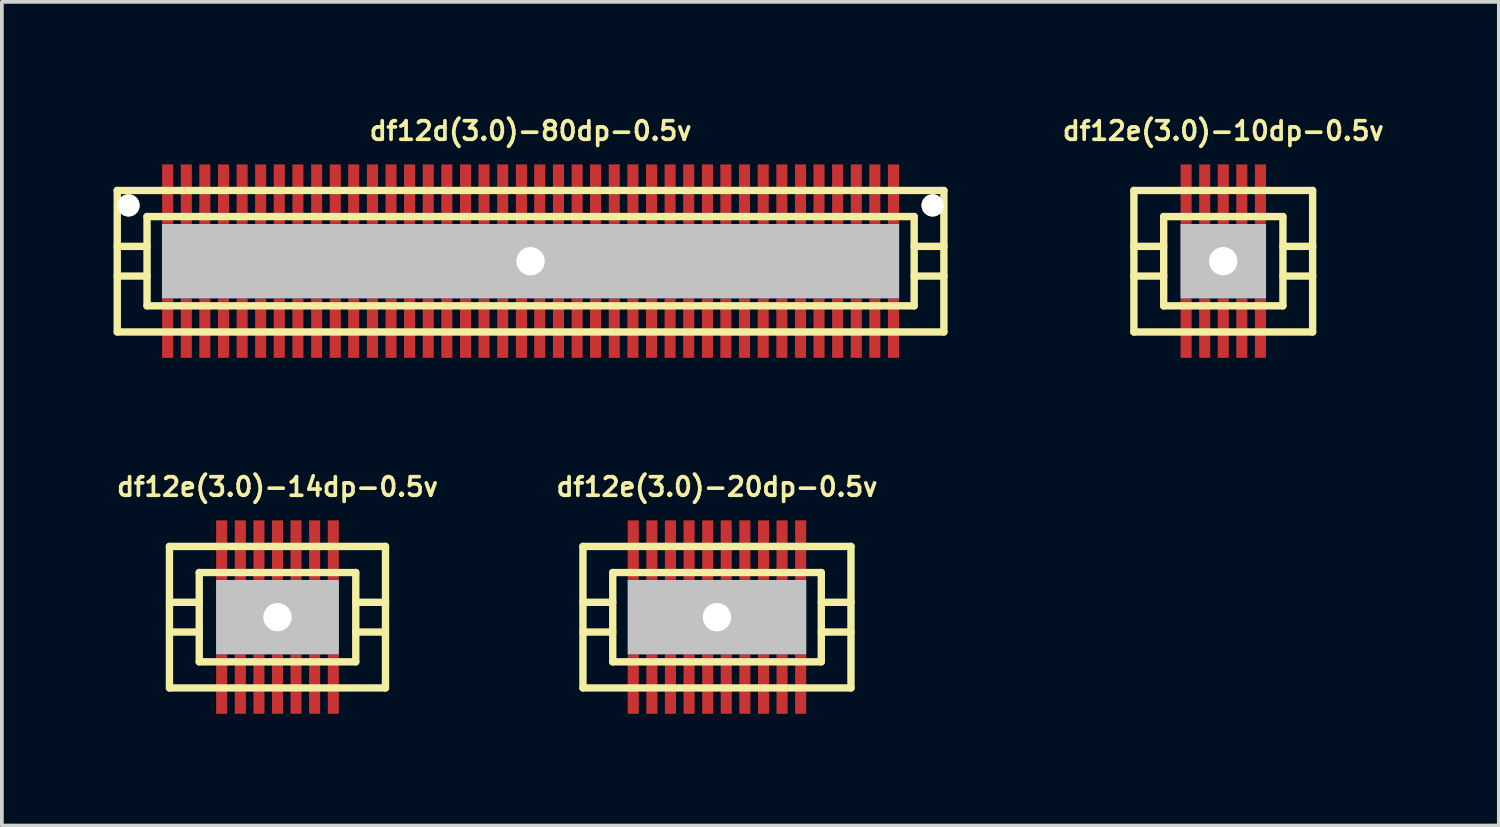
<source format=kicad_pcb>
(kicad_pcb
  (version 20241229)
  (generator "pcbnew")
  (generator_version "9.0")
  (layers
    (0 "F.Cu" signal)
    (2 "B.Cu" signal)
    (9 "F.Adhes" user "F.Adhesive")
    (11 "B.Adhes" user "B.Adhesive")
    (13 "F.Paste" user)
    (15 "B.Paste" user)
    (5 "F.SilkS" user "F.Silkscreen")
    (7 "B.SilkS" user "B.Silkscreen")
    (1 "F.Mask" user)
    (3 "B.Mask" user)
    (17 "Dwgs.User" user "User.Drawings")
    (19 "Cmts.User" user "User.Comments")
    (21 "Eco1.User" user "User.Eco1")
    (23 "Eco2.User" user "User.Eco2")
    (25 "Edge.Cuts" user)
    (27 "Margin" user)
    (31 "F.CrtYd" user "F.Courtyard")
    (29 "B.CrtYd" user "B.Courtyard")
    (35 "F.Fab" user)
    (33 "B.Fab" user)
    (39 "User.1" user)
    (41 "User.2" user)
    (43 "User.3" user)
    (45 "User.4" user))
  (footprint "df12d(3.0)-80dp-0.5v"
    (layer "F.Cu")
    (at 11.199 3.965)
    (property "Reference" "df12d(3.0)-80dp-0.5v" (at 0 -3.5 0) (layer "F.SilkS") (effects (font (size 0.498 0.498) (thickness 0.099))))
    (attr through_hole)
    (fp_line (start -11.1 -1.9) (end -11.1 1.9) (stroke (width 0.198) (type solid)) (layer "F.SilkS"))
    (fp_line (start -11.1 -1.9) (end 11.1 -1.9) (stroke (width 0.198) (type solid)) (layer "F.SilkS"))
    (fp_line (start -10.3 -0.399) (end -11.1 -0.399) (stroke (width 0.198) (type solid)) (layer "F.SilkS"))
    (fp_line (start -10.3 0.399) (end -11.1 0.399) (stroke (width 0.198) (type solid)) (layer "F.SilkS"))
    (fp_line (start -10.3 1.199) (end -10.3 -1.199) (stroke (width 0.198) (type solid)) (layer "F.SilkS"))
    (fp_line (start -10.3 1.199) (end 10.3 1.199) (stroke (width 0.198) (type solid)) (layer "F.SilkS"))
    (fp_line (start 10.3 -1.199) (end -10.3 -1.199) (stroke (width 0.198) (type solid)) (layer "F.SilkS"))
    (fp_line (start 10.302 -1.199) (end 10.302 1.199) (stroke (width 0.198) (type solid)) (layer "F.SilkS"))
    (fp_line (start 10.302 -0.399) (end 11.102 -0.399) (stroke (width 0.198) (type solid)) (layer "F.SilkS"))
    (fp_line (start 11.1 1.9) (end -11.1 1.9) (stroke (width 0.198) (type solid)) (layer "F.SilkS"))
    (fp_line (start 11.1 1.9) (end 11.1 -1.9) (stroke (width 0.198) (type solid)) (layer "F.SilkS"))
    (fp_line (start 11.102 0.399) (end 10.302 0.399) (stroke (width 0.198) (type solid)) (layer "F.SilkS"))
    (pad "" np_thru_hole circle (at -10.798 -1.499) (size 0.597 0.597) (drill 0.597) (layers "*.Cu" "*.Mask" "F.SilkS"))
    (pad "" np_thru_hole rect (at 0 0) (size 19.799 1.999) (drill 0.762) (layers "Dwgs.User"))
    (pad "" np_thru_hole circle (at 10.798 -1.499) (size 0.597 0.597) (drill 0.597) (layers "*.Cu" "*.Mask" "F.SilkS"))
    (pad "1" smd rect (at 9.746 1.796) (size 0.297 1.598) (layers "F.Cu" "F.Mask" "F.Paste"))
    (pad "2" smd rect (at 9.246 1.796) (size 0.297 1.598) (layers "F.Cu" "F.Mask" "F.Paste"))
    (pad "3" smd rect (at 8.748 1.796) (size 0.297 1.598) (layers "F.Cu" "F.Mask" "F.Paste"))
    (pad "4" smd rect (at 8.247 1.796) (size 0.297 1.598) (layers "F.Cu" "F.Mask" "F.Paste"))
    (pad "5" smd rect (at 7.747 1.796) (size 0.297 1.598) (layers "F.Cu" "F.Mask" "F.Paste"))
    (pad "6" smd rect (at 7.249 1.796) (size 0.297 1.598) (layers "F.Cu" "F.Mask" "F.Paste"))
    (pad "7" smd rect (at 6.749 1.796) (size 0.297 1.598) (layers "F.Cu" "F.Mask" "F.Paste"))
    (pad "8" smd rect (at 6.248 1.796) (size 0.297 1.598) (layers "F.Cu" "F.Mask" "F.Paste"))
    (pad "9" smd rect (at 5.745 1.796) (size 0.297 1.598) (layers "F.Cu" "F.Mask" "F.Paste"))
    (pad "10" smd rect (at 5.245 1.796) (size 0.297 1.598) (layers "F.Cu" "F.Mask" "F.Paste"))
    (pad "11" smd rect (at 4.75 1.796) (size 0.297 1.598) (layers "F.Cu" "F.Mask" "F.Paste"))
    (pad "12" smd rect (at 4.247 1.796) (size 0.297 1.598) (layers "F.Cu" "F.Mask" "F.Paste"))
    (pad "13" smd rect (at 3.747 1.796) (size 0.297 1.598) (layers "F.Cu" "F.Mask" "F.Paste"))
    (pad "14" smd rect (at 3.249 1.796) (size 0.297 1.598) (layers "F.Cu" "F.Mask" "F.Paste"))
    (pad "15" smd rect (at 2.748 1.796) (size 0.297 1.598) (layers "F.Cu" "F.Mask" "F.Paste"))
    (pad "16" smd rect (at 2.248 1.796) (size 0.297 1.598) (layers "F.Cu" "F.Mask" "F.Paste"))
    (pad "17" smd rect (at 1.745 1.796) (size 0.297 1.598) (layers "F.Cu" "F.Mask" "F.Paste"))
    (pad "18" smd rect (at 1.25 1.796) (size 0.297 1.598) (layers "F.Cu" "F.Mask" "F.Paste"))
    (pad "19" smd rect (at 0.749 1.796) (size 0.297 1.598) (layers "F.Cu" "F.Mask" "F.Paste"))
    (pad "20" smd rect (at 0.246 1.796) (size 0.297 1.598) (layers "F.Cu" "F.Mask" "F.Paste"))
    (pad "21" smd rect (at -0.246 1.796) (size 0.297 1.598) (layers "F.Cu" "F.Mask" "F.Paste"))
    (pad "22" smd rect (at -0.749 1.796) (size 0.297 1.598) (layers "F.Cu" "F.Mask" "F.Paste"))
    (pad "23" smd rect (at -1.25 1.796) (size 0.297 1.598) (layers "F.Cu" "F.Mask" "F.Paste"))
    (pad "24" smd rect (at -1.745 1.796) (size 0.297 1.598) (layers "F.Cu" "F.Mask" "F.Paste"))
    (pad "25" smd rect (at -2.248 1.796) (size 0.297 1.598) (layers "F.Cu" "F.Mask" "F.Paste"))
    (pad "26" smd rect (at -2.748 1.796) (size 0.297 1.598) (layers "F.Cu" "F.Mask" "F.Paste"))
    (pad "27" smd rect (at -3.249 1.796) (size 0.297 1.598) (layers "F.Cu" "F.Mask" "F.Paste"))
    (pad "28" smd rect (at -3.747 1.796) (size 0.297 1.598) (layers "F.Cu" "F.Mask" "F.Paste"))
    (pad "29" smd rect (at -4.247 1.796) (size 0.297 1.598) (layers "F.Cu" "F.Mask" "F.Paste"))
    (pad "30" smd rect (at -4.75 1.796) (size 0.297 1.598) (layers "F.Cu" "F.Mask" "F.Paste"))
    (pad "31" smd rect (at -5.245 1.796) (size 0.297 1.598) (layers "F.Cu" "F.Mask" "F.Paste"))
    (pad "32" smd rect (at -5.745 1.796) (size 0.297 1.598) (layers "F.Cu" "F.Mask" "F.Paste"))
    (pad "33" smd rect (at -6.248 1.796) (size 0.297 1.598) (layers "F.Cu" "F.Mask" "F.Paste"))
    (pad "34" smd rect (at -6.749 1.796) (size 0.297 1.598) (layers "F.Cu" "F.Mask" "F.Paste"))
    (pad "35" smd rect (at -7.249 1.796) (size 0.297 1.598) (layers "F.Cu" "F.Mask" "F.Paste"))
    (pad "36" smd rect (at -7.747 1.796) (size 0.297 1.598) (layers "F.Cu" "F.Mask" "F.Paste"))
    (pad "37" smd rect (at -8.247 1.796) (size 0.297 1.598) (layers "F.Cu" "F.Mask" "F.Paste"))
    (pad "38" smd rect (at -8.748 1.796) (size 0.297 1.598) (layers "F.Cu" "F.Mask" "F.Paste"))
    (pad "39" smd rect (at -9.246 1.796) (size 0.297 1.598) (layers "F.Cu" "F.Mask" "F.Paste"))
    (pad "40" smd rect (at -9.746 1.796) (size 0.297 1.598) (layers "F.Cu" "F.Mask" "F.Paste"))
    (pad "41" smd rect (at -9.746 -1.801) (size 0.297 1.598) (layers "F.Cu" "F.Mask" "F.Paste"))
    (pad "42" smd rect (at -9.246 -1.801) (size 0.297 1.598) (layers "F.Cu" "F.Mask" "F.Paste"))
    (pad "43" smd rect (at -8.748 -1.801) (size 0.297 1.598) (layers "F.Cu" "F.Mask" "F.Paste"))
    (pad "44" smd rect (at -8.247 -1.801) (size 0.297 1.598) (layers "F.Cu" "F.Mask" "F.Paste"))
    (pad "45" smd rect (at -7.747 -1.801) (size 0.297 1.598) (layers "F.Cu" "F.Mask" "F.Paste"))
    (pad "46" smd rect (at -7.249 -1.801) (size 0.297 1.598) (layers "F.Cu" "F.Mask" "F.Paste"))
    (pad "47" smd rect (at -6.749 -1.801) (size 0.297 1.598) (layers "F.Cu" "F.Mask" "F.Paste"))
    (pad "48" smd rect (at -6.248 -1.801) (size 0.297 1.598) (layers "F.Cu" "F.Mask" "F.Paste"))
    (pad "49" smd rect (at -5.745 -1.801) (size 0.297 1.598) (layers "F.Cu" "F.Mask" "F.Paste"))
    (pad "50" smd rect (at -5.245 -1.801) (size 0.297 1.598) (layers "F.Cu" "F.Mask" "F.Paste"))
    (pad "51" smd rect (at -4.75 -1.801) (size 0.297 1.598) (layers "F.Cu" "F.Mask" "F.Paste"))
    (pad "52" smd rect (at -4.247 -1.801) (size 0.297 1.598) (layers "F.Cu" "F.Mask" "F.Paste"))
    (pad "53" smd rect (at -3.747 -1.801) (size 0.297 1.598) (layers "F.Cu" "F.Mask" "F.Paste"))
    (pad "54" smd rect (at -3.249 -1.801) (size 0.297 1.598) (layers "F.Cu" "F.Mask" "F.Paste"))
    (pad "55" smd rect (at -2.748 -1.801) (size 0.297 1.598) (layers "F.Cu" "F.Mask" "F.Paste"))
    (pad "56" smd rect (at -2.248 -1.801) (size 0.297 1.598) (layers "F.Cu" "F.Mask" "F.Paste"))
    (pad "57" smd rect (at -1.745 -1.801) (size 0.297 1.598) (layers "F.Cu" "F.Mask" "F.Paste"))
    (pad "58" smd rect (at -1.25 -1.801) (size 0.297 1.598) (layers "F.Cu" "F.Mask" "F.Paste"))
    (pad "59" smd rect (at -0.749 -1.801) (size 0.297 1.598) (layers "F.Cu" "F.Mask" "F.Paste"))
    (pad "60" smd rect (at -0.246 -1.801) (size 0.297 1.598) (layers "F.Cu" "F.Mask" "F.Paste"))
    (pad "61" smd rect (at 0.246 -1.801) (size 0.297 1.598) (layers "F.Cu" "F.Mask" "F.Paste"))
    (pad "62" smd rect (at 0.749 -1.801) (size 0.297 1.598) (layers "F.Cu" "F.Mask" "F.Paste"))
    (pad "63" smd rect (at 1.25 -1.801) (size 0.297 1.598) (layers "F.Cu" "F.Mask" "F.Paste"))
    (pad "64" smd rect (at 1.745 -1.801) (size 0.297 1.598) (layers "F.Cu" "F.Mask" "F.Paste"))
    (pad "65" smd rect (at 2.248 -1.801) (size 0.297 1.598) (layers "F.Cu" "F.Mask" "F.Paste"))
    (pad "66" smd rect (at 2.748 -1.801) (size 0.297 1.598) (layers "F.Cu" "F.Mask" "F.Paste"))
    (pad "67" smd rect (at 3.249 -1.801) (size 0.297 1.598) (layers "F.Cu" "F.Mask" "F.Paste"))
    (pad "68" smd rect (at 3.747 -1.801) (size 0.297 1.598) (layers "F.Cu" "F.Mask" "F.Paste"))
    (pad "69" smd rect (at 4.247 -1.801) (size 0.297 1.598) (layers "F.Cu" "F.Mask" "F.Paste"))
    (pad "70" smd rect (at 4.75 -1.801) (size 0.297 1.598) (layers "F.Cu" "F.Mask" "F.Paste"))
    (pad "71" smd rect (at 5.245 -1.801) (size 0.297 1.598) (layers "F.Cu" "F.Mask" "F.Paste"))
    (pad "72" smd rect (at 5.745 -1.801) (size 0.297 1.598) (layers "F.Cu" "F.Mask" "F.Paste"))
    (pad "73" smd rect (at 6.248 -1.801) (size 0.297 1.598) (layers "F.Cu" "F.Mask" "F.Paste"))
    (pad "74" smd rect (at 6.749 -1.801) (size 0.297 1.598) (layers "F.Cu" "F.Mask" "F.Paste"))
    (pad "75" smd rect (at 7.249 -1.801) (size 0.297 1.598) (layers "F.Cu" "F.Mask" "F.Paste"))
    (pad "76" smd rect (at 7.747 -1.801) (size 0.297 1.598) (layers "F.Cu" "F.Mask" "F.Paste"))
    (pad "77" smd rect (at 8.247 -1.801) (size 0.297 1.598) (layers "F.Cu" "F.Mask" "F.Paste"))
    (pad "78" smd rect (at 8.748 -1.801) (size 0.297 1.598) (layers "F.Cu" "F.Mask" "F.Paste"))
    (pad "79" smd rect (at 9.246 -1.801) (size 0.297 1.598) (layers "F.Cu" "F.Mask" "F.Paste"))
    (pad "80" smd rect (at 9.746 -1.801) (size 0.297 1.598) (layers "F.Cu" "F.Mask" "F.Paste")))
  (footprint "df12e(3.0)-20dp-0.5v"
    (layer "F.Cu")
    (at 16.205 13.525)
    (property "Reference" "df12e(3.0)-20dp-0.5v" (at 0 -3.5 0) (layer "F.SilkS") (effects (font (size 0.498 0.498) (thickness 0.099))))
    (attr through_hole)
    (fp_line (start -3.599 -1.9) (end -3.599 1.9) (stroke (width 0.198) (type solid)) (layer "F.SilkS"))
    (fp_line (start -3.599 -1.9) (end 3.599 -1.9) (stroke (width 0.198) (type solid)) (layer "F.SilkS"))
    (fp_line (start -2.799 -0.399) (end -3.599 -0.399) (stroke (width 0.198) (type solid)) (layer "F.SilkS"))
    (fp_line (start -2.799 0.399) (end -3.599 0.399) (stroke (width 0.198) (type solid)) (layer "F.SilkS"))
    (fp_line (start -2.799 1.199) (end -2.799 -1.199) (stroke (width 0.198) (type solid)) (layer "F.SilkS"))
    (fp_line (start -2.799 1.199) (end 2.799 1.199) (stroke (width 0.198) (type solid)) (layer "F.SilkS"))
    (fp_line (start 2.799 -1.199) (end -2.799 -1.199) (stroke (width 0.198) (type solid)) (layer "F.SilkS"))
    (fp_line (start 2.802 -1.199) (end 2.802 1.199) (stroke (width 0.198) (type solid)) (layer "F.SilkS"))
    (fp_line (start 2.802 -0.399) (end 3.602 -0.399) (stroke (width 0.198) (type solid)) (layer "F.SilkS"))
    (fp_line (start 3.599 1.9) (end -3.599 1.9) (stroke (width 0.198) (type solid)) (layer "F.SilkS"))
    (fp_line (start 3.599 1.9) (end 3.599 -1.9) (stroke (width 0.198) (type solid)) (layer "F.SilkS"))
    (fp_line (start 3.602 0.399) (end 2.802 0.399) (stroke (width 0.198) (type solid)) (layer "F.SilkS"))
    (pad "" np_thru_hole rect (at 0 0) (size 4.798 1.999) (drill 0.762) (layers "Dwgs.User"))
    (pad "1" smd rect (at 2.248 1.796) (size 0.297 1.598) (layers "F.Cu" "F.Mask" "F.Paste"))
    (pad "2" smd rect (at 1.748 1.796) (size 0.297 1.598) (layers "F.Cu" "F.Mask" "F.Paste"))
    (pad "3" smd rect (at 1.25 1.796) (size 0.297 1.598) (layers "F.Cu" "F.Mask" "F.Paste"))
    (pad "4" smd rect (at 0.749 1.796) (size 0.297 1.598) (layers "F.Cu" "F.Mask" "F.Paste"))
    (pad "5" smd rect (at 0.249 1.796) (size 0.297 1.598) (layers "F.Cu" "F.Mask" "F.Paste"))
    (pad "6" smd rect (at -0.249 1.796) (size 0.297 1.598) (layers "F.Cu" "F.Mask" "F.Paste"))
    (pad "7" smd rect (at -0.749 1.796) (size 0.297 1.598) (layers "F.Cu" "F.Mask" "F.Paste"))
    (pad "8" smd rect (at -1.25 1.796) (size 0.297 1.598) (layers "F.Cu" "F.Mask" "F.Paste"))
    (pad "9" smd rect (at -1.748 1.796) (size 0.297 1.598) (layers "F.Cu" "F.Mask" "F.Paste"))
    (pad "10" smd rect (at -2.248 1.796) (size 0.297 1.598) (layers "F.Cu" "F.Mask" "F.Paste"))
    (pad "11" smd rect (at -2.248 -1.801) (size 0.297 1.598) (layers "F.Cu" "F.Mask" "F.Paste"))
    (pad "12" smd rect (at -1.748 -1.801) (size 0.297 1.598) (layers "F.Cu" "F.Mask" "F.Paste"))
    (pad "13" smd rect (at -1.25 -1.801) (size 0.297 1.598) (layers "F.Cu" "F.Mask" "F.Paste"))
    (pad "14" smd rect (at -0.749 -1.801) (size 0.297 1.598) (layers "F.Cu" "F.Mask" "F.Paste"))
    (pad "15" smd rect (at -0.249 -1.801) (size 0.297 1.598) (layers "F.Cu" "F.Mask" "F.Paste"))
    (pad "16" smd rect (at 0.249 -1.801) (size 0.297 1.598) (layers "F.Cu" "F.Mask" "F.Paste"))
    (pad "17" smd rect (at 0.749 -1.801) (size 0.297 1.598) (layers "F.Cu" "F.Mask" "F.Paste"))
    (pad "18" smd rect (at 1.25 -1.801) (size 0.297 1.598) (layers "F.Cu" "F.Mask" "F.Paste"))
    (pad "19" smd rect (at 1.748 -1.801) (size 0.297 1.598) (layers "F.Cu" "F.Mask" "F.Paste"))
    (pad "20" smd rect (at 2.248 -1.801) (size 0.297 1.598) (layers "F.Cu" "F.Mask" "F.Paste")))
  (footprint "df12e(3.0)-10dp-0.5v"
    (layer "F.Cu")
    (at 29.802 3.965)
    (property "Reference" "df12e(3.0)-10dp-0.5v" (at 0 -3.5 0) (layer "F.SilkS") (effects (font (size 0.498 0.498) (thickness 0.099))))
    (attr through_hole)
    (fp_line (start -2.4 -1.9) (end -2.4 1.9) (stroke (width 0.198) (type solid)) (layer "F.SilkS"))
    (fp_line (start -2.4 -1.9) (end 2.4 -1.9) (stroke (width 0.198) (type solid)) (layer "F.SilkS"))
    (fp_line (start -1.6 -0.399) (end -2.4 -0.399) (stroke (width 0.198) (type solid)) (layer "F.SilkS"))
    (fp_line (start -1.6 0.399) (end -2.4 0.399) (stroke (width 0.198) (type solid)) (layer "F.SilkS"))
    (fp_line (start -1.6 1.199) (end -1.6 -1.199) (stroke (width 0.198) (type solid)) (layer "F.SilkS"))
    (fp_line (start -1.6 1.199) (end 1.6 1.199) (stroke (width 0.198) (type solid)) (layer "F.SilkS"))
    (fp_line (start 1.6 -1.199) (end -1.6 -1.199) (stroke (width 0.198) (type solid)) (layer "F.SilkS"))
    (fp_line (start 1.603 -1.199) (end 1.603 1.199) (stroke (width 0.198) (type solid)) (layer "F.SilkS"))
    (fp_line (start 1.603 -0.399) (end 2.403 -0.399) (stroke (width 0.198) (type solid)) (layer "F.SilkS"))
    (fp_line (start 2.4 1.9) (end -2.4 1.9) (stroke (width 0.198) (type solid)) (layer "F.SilkS"))
    (fp_line (start 2.4 1.9) (end 2.4 -1.9) (stroke (width 0.198) (type solid)) (layer "F.SilkS"))
    (fp_line (start 2.403 0.399) (end 1.603 0.399) (stroke (width 0.198) (type solid)) (layer "F.SilkS"))
    (pad "" np_thru_hole rect (at 0 0) (size 2.299 1.999) (drill 0.762) (layers "Dwgs.User"))
    (pad "1" smd rect (at 0.998 1.796) (size 0.297 1.598) (layers "F.Cu" "F.Mask" "F.Paste"))
    (pad "2" smd rect (at 0.498 1.796) (size 0.297 1.598) (layers "F.Cu" "F.Mask" "F.Paste"))
    (pad "3" smd rect (at 0 1.796) (size 0.297 1.598) (layers "F.Cu" "F.Mask" "F.Paste"))
    (pad "4" smd rect (at -0.498 1.796) (size 0.297 1.598) (layers "F.Cu" "F.Mask" "F.Paste"))
    (pad "5" smd rect (at -0.998 1.796) (size 0.297 1.598) (layers "F.Cu" "F.Mask" "F.Paste"))
    (pad "6" smd rect (at -0.998 -1.801) (size 0.297 1.598) (layers "F.Cu" "F.Mask" "F.Paste"))
    (pad "7" smd rect (at -0.498 -1.801) (size 0.297 1.598) (layers "F.Cu" "F.Mask" "F.Paste"))
    (pad "8" smd rect (at 0 -1.801) (size 0.297 1.598) (layers "F.Cu" "F.Mask" "F.Paste"))
    (pad "9" smd rect (at 0.498 -1.801) (size 0.297 1.598) (layers "F.Cu" "F.Mask" "F.Paste"))
    (pad "10" smd rect (at 0.998 -1.801) (size 0.297 1.598) (layers "F.Cu" "F.Mask" "F.Paste")))
  (footprint "df12e(3.0)-14dp-0.5v"
    (layer "F.Cu")
    (at 4.402 13.525)
    (property "Reference" "df12e(3.0)-14dp-0.5v" (at 0 -3.5 0) (layer "F.SilkS") (effects (font (size 0.498 0.498) (thickness 0.099))))
    (attr through_hole)
    (fp_line (start -2.901 -1.9) (end -2.901 1.9) (stroke (width 0.198) (type solid)) (layer "F.SilkS"))
    (fp_line (start -2.901 -1.9) (end 2.901 -1.9) (stroke (width 0.198) (type solid)) (layer "F.SilkS"))
    (fp_line (start -2.101 -0.399) (end -2.901 -0.399) (stroke (width 0.198) (type solid)) (layer "F.SilkS"))
    (fp_line (start -2.101 0.399) (end -2.901 0.399) (stroke (width 0.198) (type solid)) (layer "F.SilkS"))
    (fp_line (start -2.101 1.199) (end -2.101 -1.199) (stroke (width 0.198) (type solid)) (layer "F.SilkS"))
    (fp_line (start -2.101 1.199) (end 2.101 1.199) (stroke (width 0.198) (type solid)) (layer "F.SilkS"))
    (fp_line (start 2.101 -1.199) (end -2.101 -1.199) (stroke (width 0.198) (type solid)) (layer "F.SilkS"))
    (fp_line (start 2.103 -1.199) (end 2.103 1.199) (stroke (width 0.198) (type solid)) (layer "F.SilkS"))
    (fp_line (start 2.103 -0.399) (end 2.903 -0.399) (stroke (width 0.198) (type solid)) (layer "F.SilkS"))
    (fp_line (start 2.901 1.9) (end -2.901 1.9) (stroke (width 0.198) (type solid)) (layer "F.SilkS"))
    (fp_line (start 2.901 1.9) (end 2.901 -1.9) (stroke (width 0.198) (type solid)) (layer "F.SilkS"))
    (fp_line (start 2.903 0.399) (end 2.103 0.399) (stroke (width 0.198) (type solid)) (layer "F.SilkS"))
    (pad "" np_thru_hole rect (at 0 0) (size 3.299 1.999) (drill 0.762) (layers "Dwgs.User"))
    (pad "1" smd rect (at 1.499 1.796) (size 0.297 1.598) (layers "F.Cu" "F.Mask" "F.Paste"))
    (pad "2" smd rect (at 0.998 1.796) (size 0.297 1.598) (layers "F.Cu" "F.Mask" "F.Paste"))
    (pad "3" smd rect (at 0.498 1.796) (size 0.297 1.598) (layers "F.Cu" "F.Mask" "F.Paste"))
    (pad "4" smd rect (at 0 1.796) (size 0.297 1.598) (layers "F.Cu" "F.Mask" "F.Paste"))
    (pad "5" smd rect (at -0.498 1.796) (size 0.297 1.598) (layers "F.Cu" "F.Mask" "F.Paste"))
    (pad "6" smd rect (at -0.998 1.796) (size 0.297 1.598) (layers "F.Cu" "F.Mask" "F.Paste"))
    (pad "7" smd rect (at -1.499 1.796) (size 0.297 1.598) (layers "F.Cu" "F.Mask" "F.Paste"))
    (pad "8" smd rect (at -1.499 -1.801) (size 0.297 1.598) (layers "F.Cu" "F.Mask" "F.Paste"))
    (pad "9" smd rect (at -0.998 -1.801) (size 0.297 1.598) (layers "F.Cu" "F.Mask" "F.Paste"))
    (pad "10" smd rect (at -0.498 -1.801) (size 0.297 1.598) (layers "F.Cu" "F.Mask" "F.Paste"))
    (pad "11" smd rect (at 0 -1.801) (size 0.297 1.598) (layers "F.Cu" "F.Mask" "F.Paste"))
    (pad "12" smd rect (at 0.498 -1.801) (size 0.297 1.598) (layers "F.Cu" "F.Mask" "F.Paste"))
    (pad "13" smd rect (at 0.998 -1.801) (size 0.297 1.598) (layers "F.Cu" "F.Mask" "F.Paste"))
    (pad "14" smd rect (at 1.499 -1.801) (size 0.297 1.598) (layers "F.Cu" "F.Mask" "F.Paste")))
  (gr_rect
    (start -3 -3)
    (end 37.203 19.12)
    (stroke (width 0.1) (type default))
    (fill no)
    (layer "Edge.Cuts")))
</source>
